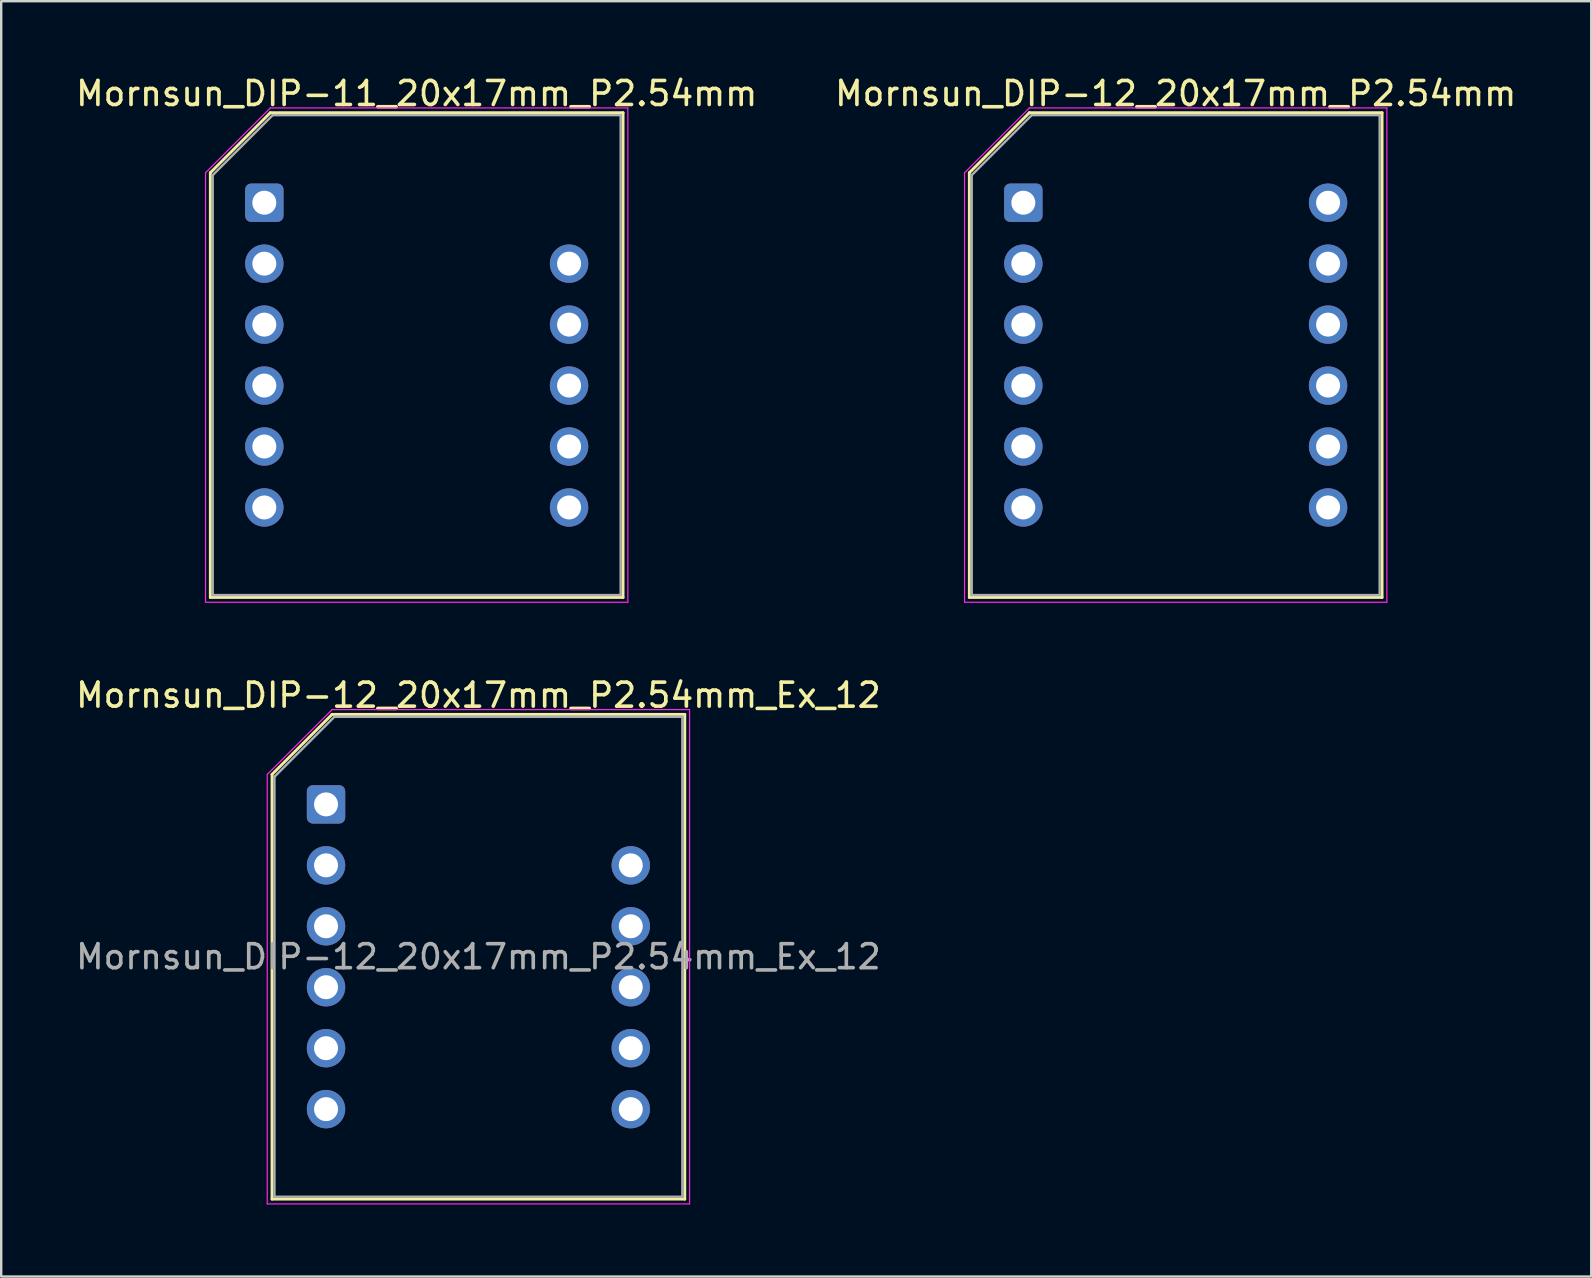
<source format=kicad_pcb>
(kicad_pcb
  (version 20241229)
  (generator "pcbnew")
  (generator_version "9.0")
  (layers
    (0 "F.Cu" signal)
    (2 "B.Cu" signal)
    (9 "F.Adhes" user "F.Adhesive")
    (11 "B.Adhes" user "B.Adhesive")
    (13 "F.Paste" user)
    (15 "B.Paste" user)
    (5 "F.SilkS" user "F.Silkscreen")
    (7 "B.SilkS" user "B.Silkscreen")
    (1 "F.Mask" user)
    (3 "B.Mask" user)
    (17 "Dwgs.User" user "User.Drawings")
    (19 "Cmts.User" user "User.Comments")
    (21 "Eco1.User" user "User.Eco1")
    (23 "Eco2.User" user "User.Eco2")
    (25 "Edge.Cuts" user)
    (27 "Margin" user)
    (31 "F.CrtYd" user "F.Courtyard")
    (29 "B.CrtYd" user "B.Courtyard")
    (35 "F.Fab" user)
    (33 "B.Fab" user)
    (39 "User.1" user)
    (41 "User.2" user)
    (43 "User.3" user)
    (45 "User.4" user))
  (footprint "Mornsun_DIP-11_20x17mm_P2.54mm"
    (layer "F.Cu")
    (at 14.315 11.748)
    (property "Reference" "Mornsun_DIP-11_20x17mm_P2.54mm" (at 0 -10.9 0) (unlocked yes) (layer "F.SilkS") (effects (font (size 1 1) (thickness 0.15))))
    (attr through_hole)
    (fp_line (start -8.6 -7.6) (end -6.1 -10.1) (stroke (width 0.12) (type default)) (layer "F.SilkS"))
    (fp_line (start -8.6 10.1) (end -8.6 -7.6) (stroke (width 0.12) (type default)) (layer "F.SilkS"))
    (fp_line (start -6.1 -10.1) (end 8.6 -10.1) (stroke (width 0.12) (type default)) (layer "F.SilkS"))
    (fp_line (start 8.6 -10.1) (end 8.6 10.1) (stroke (width 0.12) (type default)) (layer "F.SilkS"))
    (fp_line (start 8.6 10.1) (end -8.6 10.1) (stroke (width 0.12) (type default)) (layer "F.SilkS"))
    (fp_line (start -8.8 -7.6) (end -6.1 -10.3) (stroke (width 0.05) (type default)) (layer "F.CrtYd"))
    (fp_line (start -8.8 10.3) (end -8.8 -7.6) (stroke (width 0.05) (type default)) (layer "F.CrtYd"))
    (fp_line (start -6.1 -10.3) (end 8.8 -10.3) (stroke (width 0.05) (type default)) (layer "F.CrtYd"))
    (fp_line (start 8.8 -10.3) (end 8.8 10.3) (stroke (width 0.05) (type default)) (layer "F.CrtYd"))
    (fp_line (start 8.8 10.3) (end -8.8 10.3) (stroke (width 0.05) (type default)) (layer "F.CrtYd"))
    (fp_line (start -8.5 10) (end -8.5 -7.5) (stroke (width 0.1) (type default)) (layer "F.Fab"))
    (fp_line (start -6 -10) (end -8.5 -7.5) (stroke (width 0.1) (type default)) (layer "F.Fab"))
    (fp_line (start -6 -10) (end 8.5 -10) (stroke (width 0.1) (type default)) (layer "F.Fab"))
    (fp_line (start 8.5 -10) (end 8.5 10) (stroke (width 0.1) (type default)) (layer "F.Fab"))
    (fp_line (start 8.5 10) (end -8.5 10) (stroke (width 0.1) (type default)) (layer "F.Fab"))
    (pad "1" thru_hole roundrect (at -6.35 -6.35 270) (size 1.6 1.6) (drill 1) (layers "*.Cu" "*.Mask") (roundrect_rratio 0.156))
    (pad "2" thru_hole circle (at -6.35 -3.81 270) (size 1.6 1.6) (drill 1) (layers "*.Cu" "*.Mask"))
    (pad "3" thru_hole circle (at -6.35 -1.27 270) (size 1.6 1.6) (drill 1) (layers "*.Cu" "*.Mask"))
    (pad "4" thru_hole circle (at -6.35 1.27 270) (size 1.6 1.6) (drill 1) (layers "*.Cu" "*.Mask"))
    (pad "5" thru_hole circle (at -6.35 3.81 270) (size 1.6 1.6) (drill 1) (layers "*.Cu" "*.Mask"))
    (pad "6" thru_hole circle (at -6.35 6.35 270) (size 1.6 1.6) (drill 1) (layers "*.Cu" "*.Mask"))
    (pad "7" thru_hole circle (at 6.35 6.35 270) (size 1.6 1.6) (drill 1) (layers "*.Cu" "*.Mask"))
    (pad "8" thru_hole circle (at 6.35 3.81 270) (size 1.6 1.6) (drill 1) (layers "*.Cu" "*.Mask"))
    (pad "9" thru_hole circle (at 6.35 1.27 270) (size 1.6 1.6) (drill 1) (layers "*.Cu" "*.Mask"))
    (pad "10" thru_hole circle (at 6.35 -1.27 270) (size 1.6 1.6) (drill 1) (layers "*.Cu" "*.Mask"))
    (pad "11" thru_hole circle (at 6.35 -3.81 270) (size 1.6 1.6) (drill 1) (layers "*.Cu" "*.Mask")))
  (footprint "Mornsun_DIP-12_20x17mm_P2.54mm"
    (layer "F.Cu")
    (at 45.946 11.748)
    (property "Reference" "Mornsun_DIP-12_20x17mm_P2.54mm" (at 0 -10.9 0) (unlocked yes) (layer "F.SilkS") (effects (font (size 1 1) (thickness 0.15))))
    (attr through_hole)
    (fp_line (start -8.6 -7.6) (end -6.1 -10.1) (stroke (width 0.12) (type default)) (layer "F.SilkS"))
    (fp_line (start -8.6 10.1) (end -8.6 -7.6) (stroke (width 0.12) (type default)) (layer "F.SilkS"))
    (fp_line (start -6.1 -10.1) (end 8.6 -10.1) (stroke (width 0.12) (type default)) (layer "F.SilkS"))
    (fp_line (start 8.6 -10.1) (end 8.6 10.1) (stroke (width 0.12) (type default)) (layer "F.SilkS"))
    (fp_line (start 8.6 10.1) (end -8.6 10.1) (stroke (width 0.12) (type default)) (layer "F.SilkS"))
    (fp_line (start -8.8 -7.6) (end -6.1 -10.3) (stroke (width 0.05) (type default)) (layer "F.CrtYd"))
    (fp_line (start -8.8 10.3) (end -8.8 -7.6) (stroke (width 0.05) (type default)) (layer "F.CrtYd"))
    (fp_line (start -6.1 -10.3) (end 8.8 -10.3) (stroke (width 0.05) (type default)) (layer "F.CrtYd"))
    (fp_line (start 8.8 -10.3) (end 8.8 10.3) (stroke (width 0.05) (type default)) (layer "F.CrtYd"))
    (fp_line (start 8.8 10.3) (end -8.8 10.3) (stroke (width 0.05) (type default)) (layer "F.CrtYd"))
    (fp_line (start -8.5 10) (end -8.5 -7.5) (stroke (width 0.1) (type default)) (layer "F.Fab"))
    (fp_line (start -6 -10) (end -8.5 -7.5) (stroke (width 0.1) (type default)) (layer "F.Fab"))
    (fp_line (start -6 -10) (end 8.5 -10) (stroke (width 0.1) (type default)) (layer "F.Fab"))
    (fp_line (start 8.5 -10) (end 8.5 10) (stroke (width 0.1) (type default)) (layer "F.Fab"))
    (fp_line (start 8.5 10) (end -8.5 10) (stroke (width 0.1) (type default)) (layer "F.Fab"))
    (pad "1" thru_hole roundrect (at -6.35 -6.35 270) (size 1.6 1.6) (drill 1) (layers "*.Cu" "*.Mask") (roundrect_rratio 0.156))
    (pad "2" thru_hole circle (at -6.35 -3.81 270) (size 1.6 1.6) (drill 1) (layers "*.Cu" "*.Mask"))
    (pad "3" thru_hole circle (at -6.35 -1.27 270) (size 1.6 1.6) (drill 1) (layers "*.Cu" "*.Mask"))
    (pad "4" thru_hole circle (at -6.35 1.27 270) (size 1.6 1.6) (drill 1) (layers "*.Cu" "*.Mask"))
    (pad "5" thru_hole circle (at -6.35 3.81 270) (size 1.6 1.6) (drill 1) (layers "*.Cu" "*.Mask"))
    (pad "6" thru_hole circle (at -6.35 6.35 270) (size 1.6 1.6) (drill 1) (layers "*.Cu" "*.Mask"))
    (pad "7" thru_hole circle (at 6.35 6.35 270) (size 1.6 1.6) (drill 1) (layers "*.Cu" "*.Mask"))
    (pad "8" thru_hole circle (at 6.35 3.81 270) (size 1.6 1.6) (drill 1) (layers "*.Cu" "*.Mask"))
    (pad "9" thru_hole circle (at 6.35 1.27 270) (size 1.6 1.6) (drill 1) (layers "*.Cu" "*.Mask"))
    (pad "10" thru_hole circle (at 6.35 -1.27 270) (size 1.6 1.6) (drill 1) (layers "*.Cu" "*.Mask"))
    (pad "11" thru_hole circle (at 6.35 -3.81 270) (size 1.6 1.6) (drill 1) (layers "*.Cu" "*.Mask"))
    (pad "12" thru_hole circle (at 6.35 -6.35 270) (size 1.6 1.6) (drill 1) (layers "*.Cu" "*.Mask")))
  (footprint "Mornsun_DIP-12_20x17mm_P2.54mm_Ex_12"
    (layer "F.Cu")
    (at 10.537 30.472)
    (property "Reference" "Mornsun_DIP-12_20x17mm_P2.54mm_Ex_12" (at 6.35 -4.55 0) (unlocked yes) (layer "F.SilkS") (effects (font (size 1 1) (thickness 0.15))))
    (attr through_hole)
    (fp_line (start -2.25 -1.25) (end 0.25 -3.75) (stroke (width 0.12) (type default)) (layer "F.SilkS"))
    (fp_line (start -2.25 16.45) (end -2.25 -1.25) (stroke (width 0.12) (type default)) (layer "F.SilkS"))
    (fp_line (start 0.25 -3.75) (end 14.95 -3.75) (stroke (width 0.12) (type default)) (layer "F.SilkS"))
    (fp_line (start 14.95 -3.75) (end 14.95 16.45) (stroke (width 0.12) (type default)) (layer "F.SilkS"))
    (fp_line (start 14.95 16.45) (end -2.25 16.45) (stroke (width 0.12) (type default)) (layer "F.SilkS"))
    (fp_line (start -2.45 -1.25) (end 0.25 -3.95) (stroke (width 0.05) (type default)) (layer "F.CrtYd"))
    (fp_line (start -2.45 16.65) (end -2.45 -1.25) (stroke (width 0.05) (type default)) (layer "F.CrtYd"))
    (fp_line (start 0.25 -3.95) (end 15.15 -3.95) (stroke (width 0.05) (type default)) (layer "F.CrtYd"))
    (fp_line (start 15.15 -3.95) (end 15.15 16.65) (stroke (width 0.05) (type default)) (layer "F.CrtYd"))
    (fp_line (start 15.15 16.65) (end -2.45 16.65) (stroke (width 0.05) (type default)) (layer "F.CrtYd"))
    (fp_line (start -2.15 16.35) (end -2.15 -1.15) (stroke (width 0.1) (type default)) (layer "F.Fab"))
    (fp_line (start 0.35 -3.65) (end -2.15 -1.15) (stroke (width 0.1) (type default)) (layer "F.Fab"))
    (fp_line (start 0.35 -3.65) (end 14.85 -3.65) (stroke (width 0.1) (type default)) (layer "F.Fab"))
    (fp_line (start 14.85 -3.65) (end 14.85 16.35) (stroke (width 0.1) (type default)) (layer "F.Fab"))
    (fp_line (start 14.85 16.35) (end -2.15 16.35) (stroke (width 0.1) (type default)) (layer "F.Fab"))
    (fp_text user "${REFERENCE}" (at 6.35 6.35 0) (layer "F.Fab") (effects (font (size 1 1) (thickness 0.15))))
    (pad "1" thru_hole roundrect (at 0 0 270) (size 1.6 1.6) (drill 1) (layers "*.Cu" "*.Mask") (roundrect_rratio 0.156))
    (pad "2" thru_hole circle (at 0 2.54 270) (size 1.6 1.6) (drill 1) (layers "*.Cu" "*.Mask"))
    (pad "3" thru_hole circle (at 0 5.08 270) (size 1.6 1.6) (drill 1) (layers "*.Cu" "*.Mask"))
    (pad "4" thru_hole circle (at 0 7.62 270) (size 1.6 1.6) (drill 1) (layers "*.Cu" "*.Mask"))
    (pad "5" thru_hole circle (at 0 10.16 270) (size 1.6 1.6) (drill 1) (layers "*.Cu" "*.Mask"))
    (pad "6" thru_hole circle (at 0 12.7 270) (size 1.6 1.6) (drill 1) (layers "*.Cu" "*.Mask"))
    (pad "7" thru_hole circle (at 12.7 12.7 270) (size 1.6 1.6) (drill 1) (layers "*.Cu" "*.Mask"))
    (pad "8" thru_hole circle (at 12.7 10.16 270) (size 1.6 1.6) (drill 1) (layers "*.Cu" "*.Mask"))
    (pad "9" thru_hole circle (at 12.7 7.62 270) (size 1.6 1.6) (drill 1) (layers "*.Cu" "*.Mask"))
    (pad "10" thru_hole circle (at 12.7 5.08 270) (size 1.6 1.6) (drill 1) (layers "*.Cu" "*.Mask"))
    (pad "11" thru_hole circle (at 12.7 2.54 270) (size 1.6 1.6) (drill 1) (layers "*.Cu" "*.Mask")))
  (gr_rect
    (start -3 -3)
    (end 63.262 50.147)
    (stroke (width 0.1) (type default))
    (fill no)
    (layer "Edge.Cuts")))
</source>
